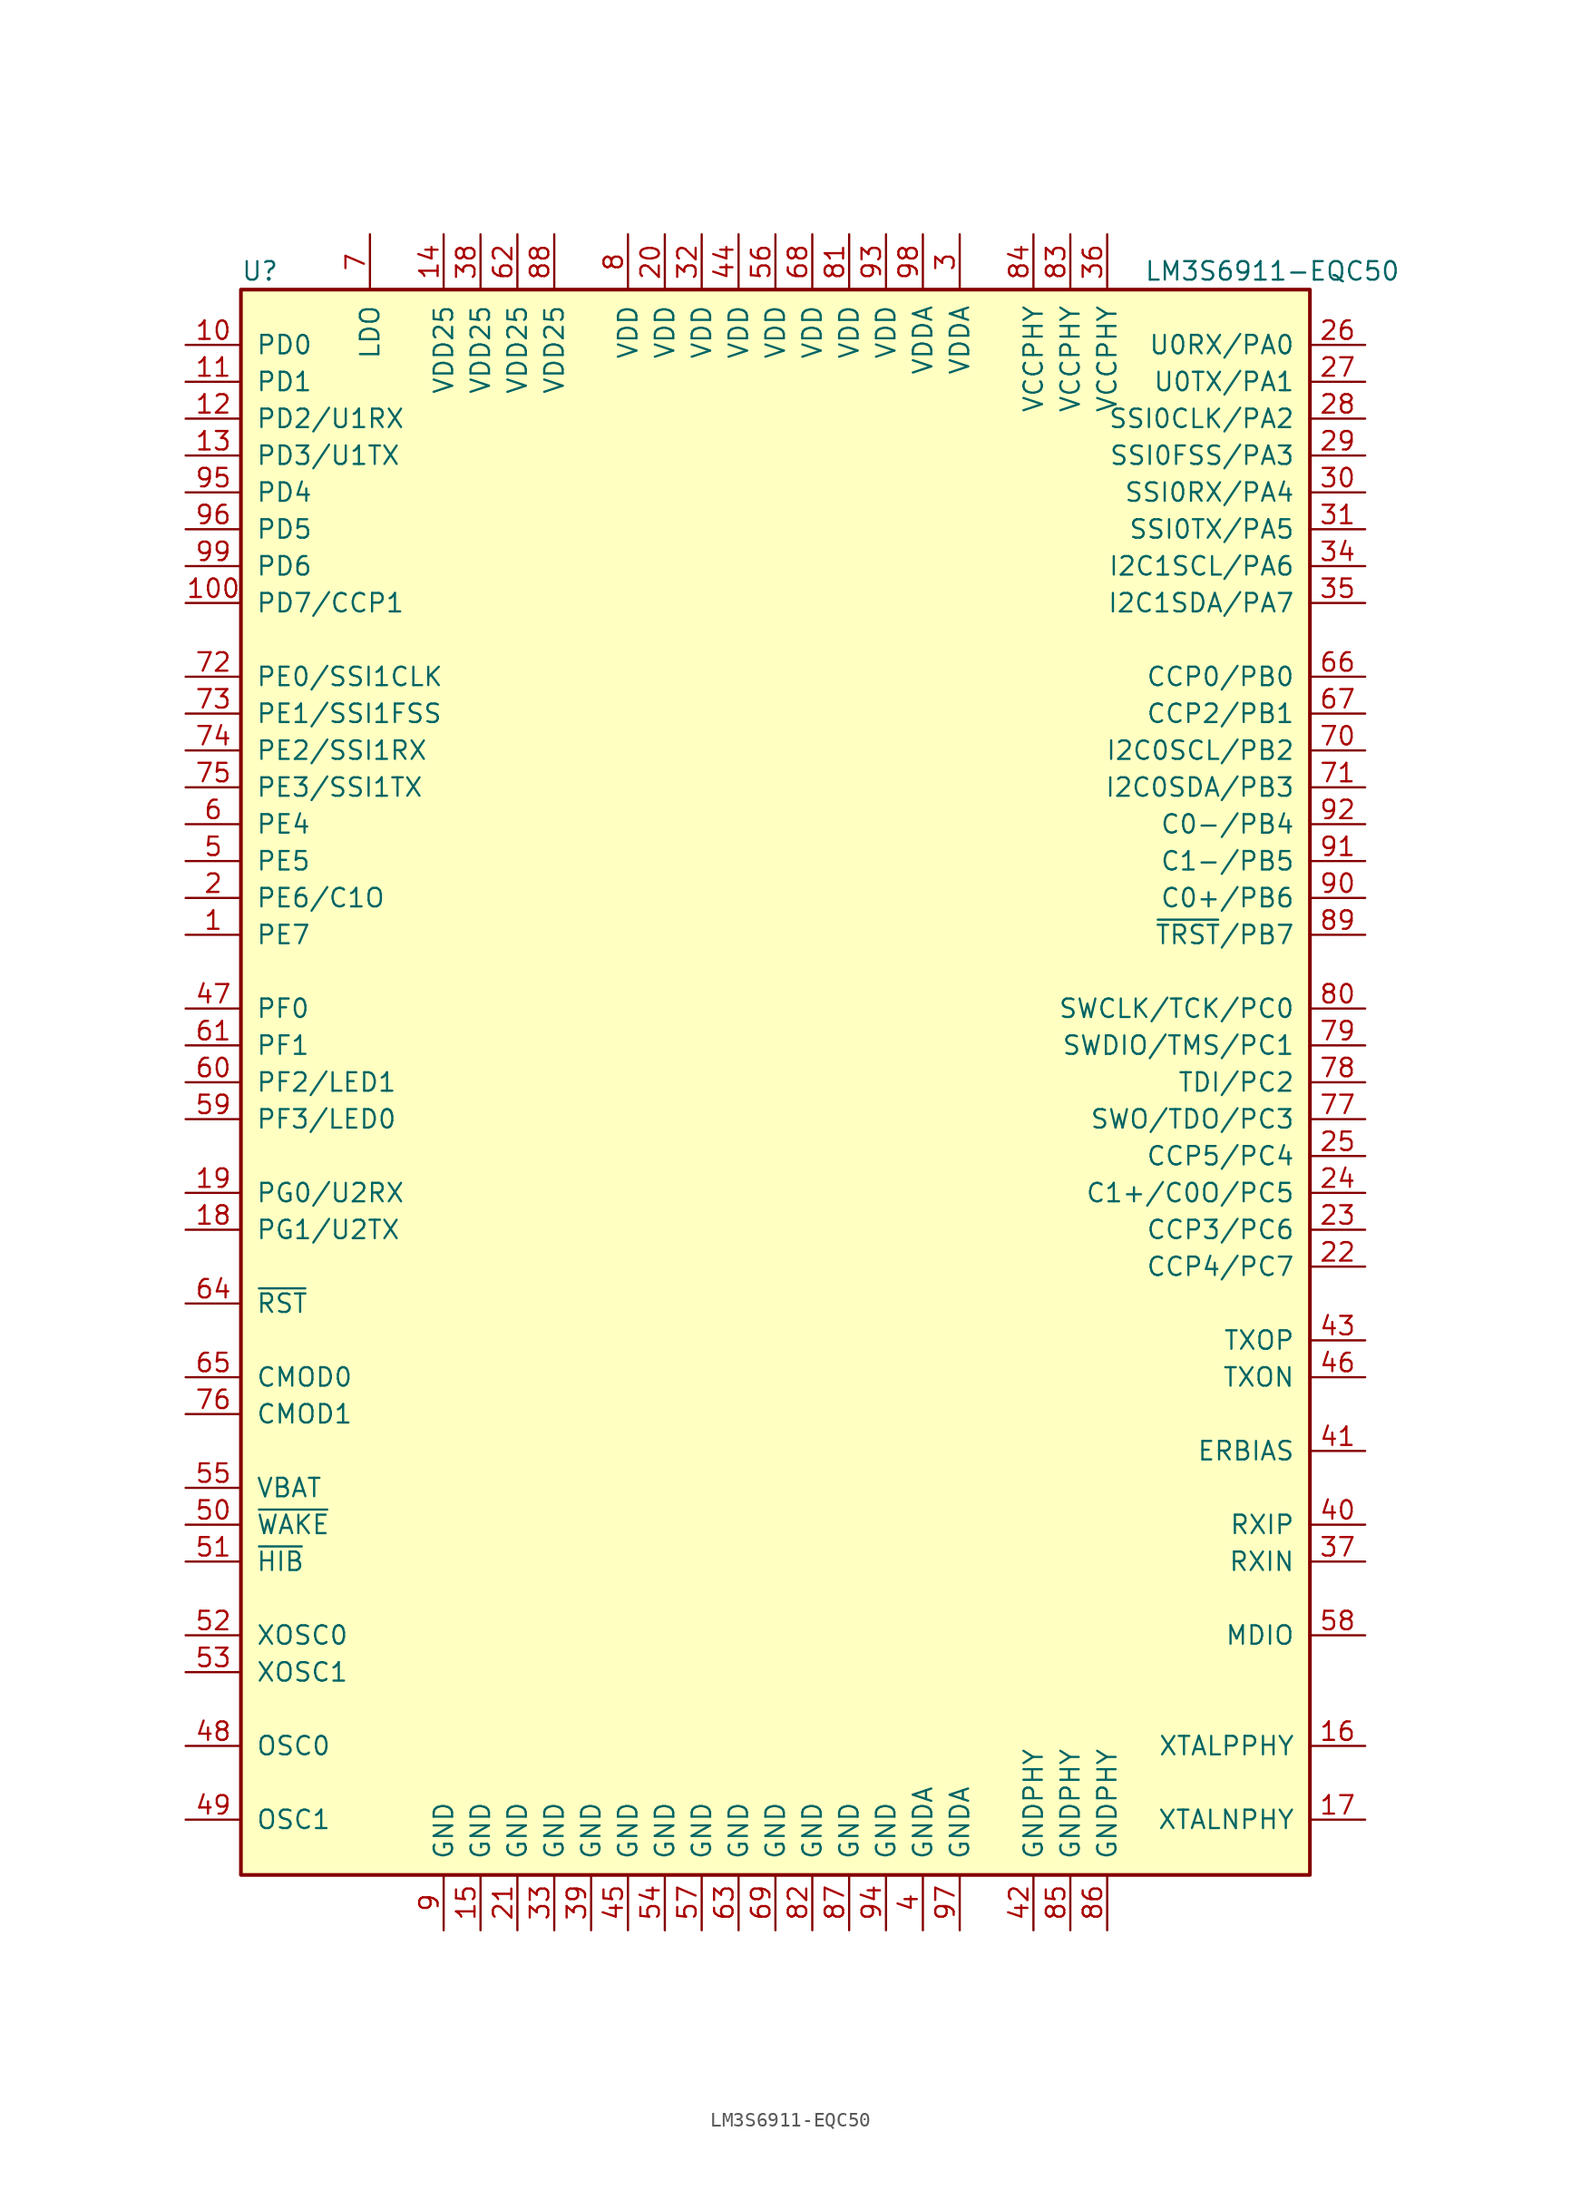
<source format=kicad_sym>
(kicad_symbol_lib
  (version 20201005)
  (generator kicad_symbol_editor)
  (symbol "LM3S6911-EQC50"
    (pin_names
      (offset 1.016))
    (property "Reference" "U"
      (at -36.83 55.88 0)
      (effects (font (size 1.27 1.27)) (justify left)))
    (property "Value" "LM3S6911-EQC50"
      (at 25.4 55.88 0)
      (effects (font (size 1.27 1.27)) (justify left)))
    (symbol "LM3S6911-EQC50_0_1"
      (rectangle (start -36.83 54.61) (end 36.83 -54.61) (stroke (width 0.254)) (fill (type background))))
    (symbol "LM3S6911-EQC50_1_1"
      (pin bidirectional line (at -40.64 10.16 0) (length 3.81) (name "PE7" (effects (font (size 1.27 1.27)))) (number "1" (effects (font (size 1.27 1.27)))))
      (pin bidirectional line (at -40.64 12.7 0) (length 3.81) (name "PE6/C1O" (effects (font (size 1.27 1.27)))) (number "2" (effects (font (size 1.27 1.27)))))
      (pin power_in line (at 12.7 58.42 270) (length 3.81) (name "VDDA" (effects (font (size 1.27 1.27)))) (number "3" (effects (font (size 1.27 1.27)))))
      (pin power_in line (at 10.16 -58.42 90) (length 3.81) (name "GNDA" (effects (font (size 1.27 1.27)))) (number "4" (effects (font (size 1.27 1.27)))))
      (pin bidirectional line (at -40.64 15.24 0) (length 3.81) (name "PE5" (effects (font (size 1.27 1.27)))) (number "5" (effects (font (size 1.27 1.27)))))
      (pin bidirectional line (at -40.64 17.78 0) (length 3.81) (name "PE4" (effects (font (size 1.27 1.27)))) (number "6" (effects (font (size 1.27 1.27)))))
      (pin passive line (at -27.94 58.42 270) (length 3.81) (name "LDO" (effects (font (size 1.27 1.27)))) (number "7" (effects (font (size 1.27 1.27)))))
      (pin power_in line (at -10.16 58.42 270) (length 3.81) (name "VDD" (effects (font (size 1.27 1.27)))) (number "8" (effects (font (size 1.27 1.27)))))
      (pin power_in line (at -22.86 -58.42 90) (length 3.81) (name "GND" (effects (font (size 1.27 1.27)))) (number "9" (effects (font (size 1.27 1.27)))))
      (pin bidirectional line (at -40.64 50.8 0) (length 3.81) (name "PD0" (effects (font (size 1.27 1.27)))) (number "10" (effects (font (size 1.27 1.27)))))
      (pin power_in line (at -7.62 58.42 270) (length 3.81) (name "VDD" (effects (font (size 1.27 1.27)))) (number "20" (effects (font (size 1.27 1.27)))))
      (pin bidirectional line (at 40.64 40.64 180) (length 3.81) (name "SSI0RX/PA4" (effects (font (size 1.27 1.27)))) (number "30" (effects (font (size 1.27 1.27)))))
      (pin passive line (at 40.64 -30.48 180) (length 3.81) (name "RXIP" (effects (font (size 1.27 1.27)))) (number "40" (effects (font (size 1.27 1.27)))))
      (pin input line (at -40.64 -30.48 0) (length 3.81) (name "~WAKE~" (effects (font (size 1.27 1.27)))) (number "50" (effects (font (size 1.27 1.27)))))
      (pin bidirectional line (at -40.64 0 0) (length 3.81) (name "PF2/LED1" (effects (font (size 1.27 1.27)))) (number "60" (effects (font (size 1.27 1.27)))))
      (pin bidirectional line (at 40.64 22.86 180) (length 3.81) (name "I2C0SCL/PB2" (effects (font (size 1.27 1.27)))) (number "70" (effects (font (size 1.27 1.27)))))
      (pin bidirectional line (at 40.64 5.08 180) (length 3.81) (name "SWCLK/TCK/PC0" (effects (font (size 1.27 1.27)))) (number "80" (effects (font (size 1.27 1.27)))))
      (pin bidirectional line (at 40.64 12.7 180) (length 3.81) (name "C0+/PB6" (effects (font (size 1.27 1.27)))) (number "90" (effects (font (size 1.27 1.27)))))
      (pin bidirectional line (at -40.64 48.26 0) (length 3.81) (name "PD1" (effects (font (size 1.27 1.27)))) (number "11" (effects (font (size 1.27 1.27)))))
      (pin power_in line (at -17.78 -58.42 90) (length 3.81) (name "GND" (effects (font (size 1.27 1.27)))) (number "21" (effects (font (size 1.27 1.27)))))
      (pin bidirectional line (at 40.64 38.1 180) (length 3.81) (name "SSI0TX/PA5" (effects (font (size 1.27 1.27)))) (number "31" (effects (font (size 1.27 1.27)))))
      (pin passive line (at 40.64 -25.4 180) (length 3.81) (name "ERBIAS" (effects (font (size 1.27 1.27)))) (number "41" (effects (font (size 1.27 1.27)))))
      (pin open_collector line (at -40.64 -33.02 0) (length 3.81) (name "~HIB~" (effects (font (size 1.27 1.27)))) (number "51" (effects (font (size 1.27 1.27)))))
      (pin bidirectional line (at -40.64 2.54 0) (length 3.81) (name "PF1" (effects (font (size 1.27 1.27)))) (number "61" (effects (font (size 1.27 1.27)))))
      (pin bidirectional line (at 40.64 20.32 180) (length 3.81) (name "I2C0SDA/PB3" (effects (font (size 1.27 1.27)))) (number "71" (effects (font (size 1.27 1.27)))))
      (pin power_in line (at 5.08 58.42 270) (length 3.81) (name "VDD" (effects (font (size 1.27 1.27)))) (number "81" (effects (font (size 1.27 1.27)))))
      (pin bidirectional line (at 40.64 15.24 180) (length 3.81) (name "C1-/PB5" (effects (font (size 1.27 1.27)))) (number "91" (effects (font (size 1.27 1.27)))))
      (pin bidirectional line (at -40.64 45.72 0) (length 3.81) (name "PD2/U1RX" (effects (font (size 1.27 1.27)))) (number "12" (effects (font (size 1.27 1.27)))))
      (pin bidirectional line (at 40.64 -12.7 180) (length 3.81) (name "CCP4/PC7" (effects (font (size 1.27 1.27)))) (number "22" (effects (font (size 1.27 1.27)))))
      (pin power_in line (at -5.08 58.42 270) (length 3.81) (name "VDD" (effects (font (size 1.27 1.27)))) (number "32" (effects (font (size 1.27 1.27)))))
      (pin power_in line (at 17.78 -58.42 90) (length 3.81) (name "GNDPHY" (effects (font (size 1.27 1.27)))) (number "42" (effects (font (size 1.27 1.27)))))
      (pin passive line (at -40.64 -38.1 0) (length 3.81) (name "XOSC0" (effects (font (size 1.27 1.27)))) (number "52" (effects (font (size 1.27 1.27)))))
      (pin power_in line (at -17.78 58.42 270) (length 3.81) (name "VDD25" (effects (font (size 1.27 1.27)))) (number "62" (effects (font (size 1.27 1.27)))))
      (pin bidirectional line (at -40.64 27.94 0) (length 3.81) (name "PE0/SSI1CLK" (effects (font (size 1.27 1.27)))) (number "72" (effects (font (size 1.27 1.27)))))
      (pin power_in line (at 2.54 -58.42 90) (length 3.81) (name "GND" (effects (font (size 1.27 1.27)))) (number "82" (effects (font (size 1.27 1.27)))))
      (pin bidirectional line (at 40.64 17.78 180) (length 3.81) (name "C0-/PB4" (effects (font (size 1.27 1.27)))) (number "92" (effects (font (size 1.27 1.27)))))
      (pin bidirectional line (at -40.64 43.18 0) (length 3.81) (name "PD3/U1TX" (effects (font (size 1.27 1.27)))) (number "13" (effects (font (size 1.27 1.27)))))
      (pin bidirectional line (at 40.64 -10.16 180) (length 3.81) (name "CCP3/PC6" (effects (font (size 1.27 1.27)))) (number "23" (effects (font (size 1.27 1.27)))))
      (pin power_in line (at -15.24 -58.42 90) (length 3.81) (name "GND" (effects (font (size 1.27 1.27)))) (number "33" (effects (font (size 1.27 1.27)))))
      (pin passive line (at 40.64 -17.78 180) (length 3.81) (name "TXOP" (effects (font (size 1.27 1.27)))) (number "43" (effects (font (size 1.27 1.27)))))
      (pin passive line (at -40.64 -40.64 0) (length 3.81) (name "XOSC1" (effects (font (size 1.27 1.27)))) (number "53" (effects (font (size 1.27 1.27)))))
      (pin power_in line (at -2.54 -58.42 90) (length 3.81) (name "GND" (effects (font (size 1.27 1.27)))) (number "63" (effects (font (size 1.27 1.27)))))
      (pin bidirectional line (at -40.64 25.4 0) (length 3.81) (name "PE1/SSI1FSS" (effects (font (size 1.27 1.27)))) (number "73" (effects (font (size 1.27 1.27)))))
      (pin power_in line (at 20.32 58.42 270) (length 3.81) (name "VCCPHY" (effects (font (size 1.27 1.27)))) (number "83" (effects (font (size 1.27 1.27)))))
      (pin power_in line (at 7.62 58.42 270) (length 3.81) (name "VDD" (effects (font (size 1.27 1.27)))) (number "93" (effects (font (size 1.27 1.27)))))
      (pin power_in line (at -22.86 58.42 270) (length 3.81) (name "VDD25" (effects (font (size 1.27 1.27)))) (number "14" (effects (font (size 1.27 1.27)))))
      (pin bidirectional line (at 40.64 -7.62 180) (length 3.81) (name "C1+/C0O/PC5" (effects (font (size 1.27 1.27)))) (number "24" (effects (font (size 1.27 1.27)))))
      (pin bidirectional line (at 40.64 35.56 180) (length 3.81) (name "I2C1SCL/PA6" (effects (font (size 1.27 1.27)))) (number "34" (effects (font (size 1.27 1.27)))))
      (pin power_in line (at -2.54 58.42 270) (length 3.81) (name "VDD" (effects (font (size 1.27 1.27)))) (number "44" (effects (font (size 1.27 1.27)))))
      (pin power_in line (at -7.62 -58.42 90) (length 3.81) (name "GND" (effects (font (size 1.27 1.27)))) (number "54" (effects (font (size 1.27 1.27)))))
      (pin input line (at -40.64 -15.24 0) (length 3.81) (name "~RST~" (effects (font (size 1.27 1.27)))) (number "64" (effects (font (size 1.27 1.27)))))
      (pin bidirectional line (at -40.64 22.86 0) (length 3.81) (name "PE2/SSI1RX" (effects (font (size 1.27 1.27)))) (number "74" (effects (font (size 1.27 1.27)))))
      (pin power_in line (at 17.78 58.42 270) (length 3.81) (name "VCCPHY" (effects (font (size 1.27 1.27)))) (number "84" (effects (font (size 1.27 1.27)))))
      (pin power_in line (at 7.62 -58.42 90) (length 3.81) (name "GND" (effects (font (size 1.27 1.27)))) (number "94" (effects (font (size 1.27 1.27)))))
      (pin power_in line (at -20.32 -58.42 90) (length 3.81) (name "GND" (effects (font (size 1.27 1.27)))) (number "15" (effects (font (size 1.27 1.27)))))
      (pin bidirectional line (at 40.64 -5.08 180) (length 3.81) (name "CCP5/PC4" (effects (font (size 1.27 1.27)))) (number "25" (effects (font (size 1.27 1.27)))))
      (pin bidirectional line (at 40.64 33.02 180) (length 3.81) (name "I2C1SDA/PA7" (effects (font (size 1.27 1.27)))) (number "35" (effects (font (size 1.27 1.27)))))
      (pin power_in line (at -10.16 -58.42 90) (length 3.81) (name "GND" (effects (font (size 1.27 1.27)))) (number "45" (effects (font (size 1.27 1.27)))))
      (pin passive line (at -40.64 -27.94 0) (length 3.81) (name "VBAT" (effects (font (size 1.27 1.27)))) (number "55" (effects (font (size 1.27 1.27)))))
      (pin input line (at -40.64 -20.32 0) (length 3.81) (name "CMOD0" (effects (font (size 1.27 1.27)))) (number "65" (effects (font (size 1.27 1.27)))))
      (pin bidirectional line (at -40.64 20.32 0) (length 3.81) (name "PE3/SSI1TX" (effects (font (size 1.27 1.27)))) (number "75" (effects (font (size 1.27 1.27)))))
      (pin power_in line (at 20.32 -58.42 90) (length 3.81) (name "GNDPHY" (effects (font (size 1.27 1.27)))) (number "85" (effects (font (size 1.27 1.27)))))
      (pin bidirectional line (at -40.64 40.64 0) (length 3.81) (name "PD4" (effects (font (size 1.27 1.27)))) (number "95" (effects (font (size 1.27 1.27)))))
      (pin passive line (at 40.64 -45.72 180) (length 3.81) (name "XTALPPHY" (effects (font (size 1.27 1.27)))) (number "16" (effects (font (size 1.27 1.27)))))
      (pin bidirectional line (at 40.64 50.8 180) (length 3.81) (name "U0RX/PA0" (effects (font (size 1.27 1.27)))) (number "26" (effects (font (size 1.27 1.27)))))
      (pin power_in line (at 22.86 58.42 270) (length 3.81) (name "VCCPHY" (effects (font (size 1.27 1.27)))) (number "36" (effects (font (size 1.27 1.27)))))
      (pin passive line (at 40.64 -20.32 180) (length 3.81) (name "TXON" (effects (font (size 1.27 1.27)))) (number "46" (effects (font (size 1.27 1.27)))))
      (pin power_in line (at 0 58.42 270) (length 3.81) (name "VDD" (effects (font (size 1.27 1.27)))) (number "56" (effects (font (size 1.27 1.27)))))
      (pin bidirectional line (at 40.64 27.94 180) (length 3.81) (name "CCP0/PB0" (effects (font (size 1.27 1.27)))) (number "66" (effects (font (size 1.27 1.27)))))
      (pin input line (at -40.64 -22.86 0) (length 3.81) (name "CMOD1" (effects (font (size 1.27 1.27)))) (number "76" (effects (font (size 1.27 1.27)))))
      (pin power_in line (at 22.86 -58.42 90) (length 3.81) (name "GNDPHY" (effects (font (size 1.27 1.27)))) (number "86" (effects (font (size 1.27 1.27)))))
      (pin bidirectional line (at -40.64 38.1 0) (length 3.81) (name "PD5" (effects (font (size 1.27 1.27)))) (number "96" (effects (font (size 1.27 1.27)))))
      (pin passive line (at 40.64 -50.8 180) (length 3.81) (name "XTALNPHY" (effects (font (size 1.27 1.27)))) (number "17" (effects (font (size 1.27 1.27)))))
      (pin bidirectional line (at 40.64 48.26 180) (length 3.81) (name "U0TX/PA1" (effects (font (size 1.27 1.27)))) (number "27" (effects (font (size 1.27 1.27)))))
      (pin passive line (at 40.64 -33.02 180) (length 3.81) (name "RXIN" (effects (font (size 1.27 1.27)))) (number "37" (effects (font (size 1.27 1.27)))))
      (pin bidirectional line (at -40.64 5.08 0) (length 3.81) (name "PF0" (effects (font (size 1.27 1.27)))) (number "47" (effects (font (size 1.27 1.27)))))
      (pin power_in line (at -5.08 -58.42 90) (length 3.81) (name "GND" (effects (font (size 1.27 1.27)))) (number "57" (effects (font (size 1.27 1.27)))))
      (pin bidirectional line (at 40.64 25.4 180) (length 3.81) (name "CCP2/PB1" (effects (font (size 1.27 1.27)))) (number "67" (effects (font (size 1.27 1.27)))))
      (pin bidirectional line (at 40.64 -2.54 180) (length 3.81) (name "SWO/TDO/PC3" (effects (font (size 1.27 1.27)))) (number "77" (effects (font (size 1.27 1.27)))))
      (pin power_in line (at 5.08 -58.42 90) (length 3.81) (name "GND" (effects (font (size 1.27 1.27)))) (number "87" (effects (font (size 1.27 1.27)))))
      (pin power_in line (at 12.7 -58.42 90) (length 3.81) (name "GNDA" (effects (font (size 1.27 1.27)))) (number "97" (effects (font (size 1.27 1.27)))))
      (pin bidirectional line (at -40.64 -10.16 0) (length 3.81) (name "PG1/U2TX" (effects (font (size 1.27 1.27)))) (number "18" (effects (font (size 1.27 1.27)))))
      (pin bidirectional line (at 40.64 45.72 180) (length 3.81) (name "SSI0CLK/PA2" (effects (font (size 1.27 1.27)))) (number "28" (effects (font (size 1.27 1.27)))))
      (pin power_in line (at -20.32 58.42 270) (length 3.81) (name "VDD25" (effects (font (size 1.27 1.27)))) (number "38" (effects (font (size 1.27 1.27)))))
      (pin passive line (at -40.64 -45.72 0) (length 3.81) (name "OSC0" (effects (font (size 1.27 1.27)))) (number "48" (effects (font (size 1.27 1.27)))))
      (pin input line (at 40.64 -38.1 180) (length 3.81) (name "MDIO" (effects (font (size 1.27 1.27)))) (number "58" (effects (font (size 1.27 1.27)))))
      (pin power_in line (at 2.54 58.42 270) (length 3.81) (name "VDD" (effects (font (size 1.27 1.27)))) (number "68" (effects (font (size 1.27 1.27)))))
      (pin bidirectional line (at 40.64 0 180) (length 3.81) (name "TDI/PC2" (effects (font (size 1.27 1.27)))) (number "78" (effects (font (size 1.27 1.27)))))
      (pin power_in line (at -15.24 58.42 270) (length 3.81) (name "VDD25" (effects (font (size 1.27 1.27)))) (number "88" (effects (font (size 1.27 1.27)))))
      (pin power_in line (at 10.16 58.42 270) (length 3.81) (name "VDDA" (effects (font (size 1.27 1.27)))) (number "98" (effects (font (size 1.27 1.27)))))
      (pin bidirectional line (at -40.64 -7.62 0) (length 3.81) (name "PG0/U2RX" (effects (font (size 1.27 1.27)))) (number "19" (effects (font (size 1.27 1.27)))))
      (pin bidirectional line (at 40.64 43.18 180) (length 3.81) (name "SSI0FSS/PA3" (effects (font (size 1.27 1.27)))) (number "29" (effects (font (size 1.27 1.27)))))
      (pin power_in line (at -12.7 -58.42 90) (length 3.81) (name "GND" (effects (font (size 1.27 1.27)))) (number "39" (effects (font (size 1.27 1.27)))))
      (pin passive line (at -40.64 -50.8 0) (length 3.81) (name "OSC1" (effects (font (size 1.27 1.27)))) (number "49" (effects (font (size 1.27 1.27)))))
      (pin bidirectional line (at -40.64 -2.54 0) (length 3.81) (name "PF3/LED0" (effects (font (size 1.27 1.27)))) (number "59" (effects (font (size 1.27 1.27)))))
      (pin power_in line (at 0 -58.42 90) (length 3.81) (name "GND" (effects (font (size 1.27 1.27)))) (number "69" (effects (font (size 1.27 1.27)))))
      (pin bidirectional line (at 40.64 2.54 180) (length 3.81) (name "SWDIO/TMS/PC1" (effects (font (size 1.27 1.27)))) (number "79" (effects (font (size 1.27 1.27)))))
      (pin bidirectional line (at 40.64 10.16 180) (length 3.81) (name "~TRST~/PB7" (effects (font (size 1.27 1.27)))) (number "89" (effects (font (size 1.27 1.27)))))
      (pin bidirectional line (at -40.64 35.56 0) (length 3.81) (name "PD6" (effects (font (size 1.27 1.27)))) (number "99" (effects (font (size 1.27 1.27)))))
      (pin bidirectional line (at -40.64 33.02 0) (length 3.81) (name "PD7/CCP1" (effects (font (size 1.27 1.27)))) (number "100" (effects (font (size 1.27 1.27))))))))
</source>
